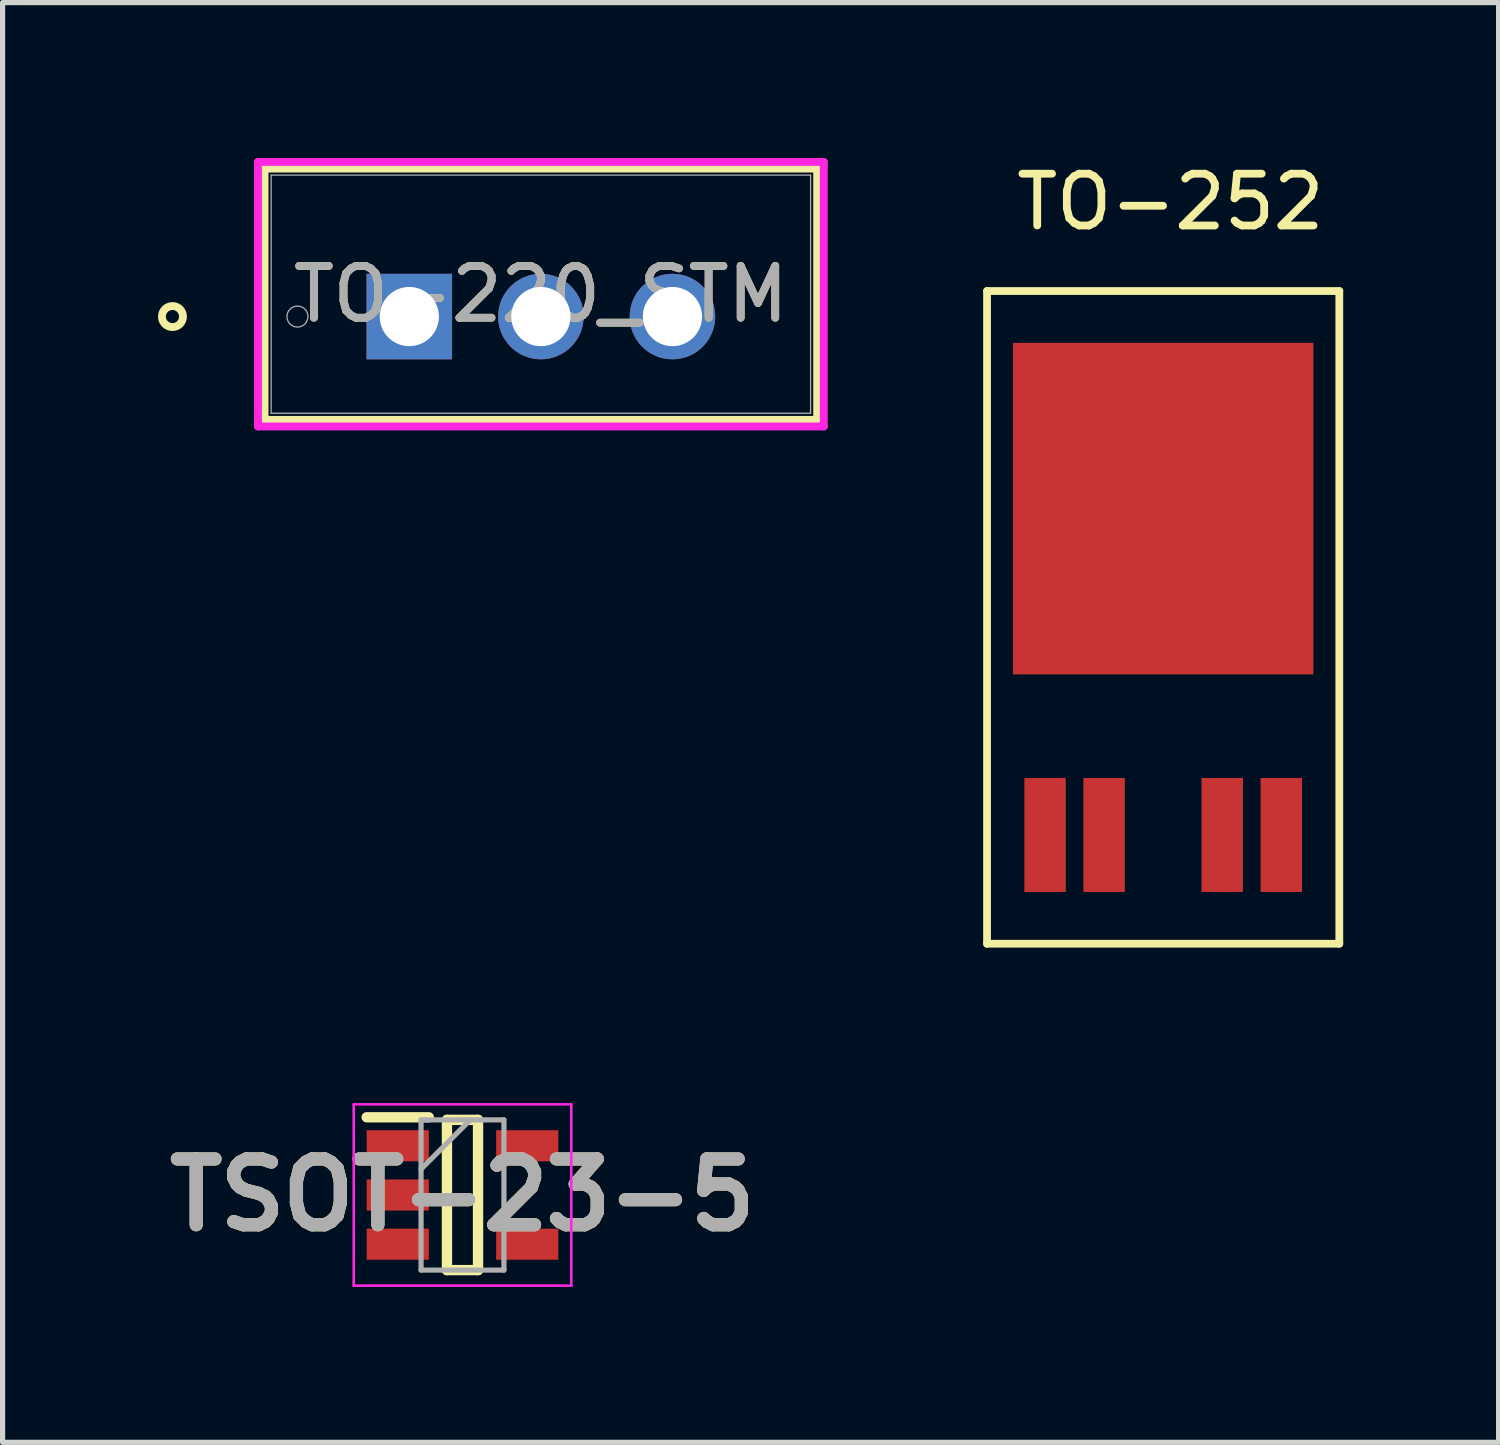
<source format=kicad_pcb>
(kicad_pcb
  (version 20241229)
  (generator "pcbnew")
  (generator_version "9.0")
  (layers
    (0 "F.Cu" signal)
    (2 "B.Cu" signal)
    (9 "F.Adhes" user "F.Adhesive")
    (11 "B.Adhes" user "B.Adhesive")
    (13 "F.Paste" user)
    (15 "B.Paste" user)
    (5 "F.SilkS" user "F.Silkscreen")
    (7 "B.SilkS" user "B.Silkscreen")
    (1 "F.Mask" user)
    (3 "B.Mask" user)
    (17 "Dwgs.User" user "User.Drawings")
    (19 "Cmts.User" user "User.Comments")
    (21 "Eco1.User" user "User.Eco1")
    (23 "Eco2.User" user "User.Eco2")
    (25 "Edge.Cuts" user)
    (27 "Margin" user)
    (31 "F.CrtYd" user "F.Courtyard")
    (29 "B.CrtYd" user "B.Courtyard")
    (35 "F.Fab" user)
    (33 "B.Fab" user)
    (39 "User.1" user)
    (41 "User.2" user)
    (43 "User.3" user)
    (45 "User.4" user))
  (footprint "TO-252"
    (layer "F.Cu")
    (at 19.404 9.968)
    (property "Reference" "TO-252" (at 0.14 -9.12 0) (layer "F.SilkS") (effects (font (size 1 1) (thickness 0.15))))
    (attr through_hole)
    (fp_line (start -3.4 -7.4) (end -3.4 5.2) (stroke (width 0.15) (type solid)) (layer "F.SilkS"))
    (fp_line (start -3.4 -7.4) (end 3.4 -7.4) (stroke (width 0.15) (type solid)) (layer "F.SilkS"))
    (fp_line (start -3.4 5.2) (end 3.4 5.2) (stroke (width 0.15) (type solid)) (layer "F.SilkS"))
    (fp_line (start 3.4 -7.4) (end 3.4 5.2) (stroke (width 0.15) (type solid)) (layer "F.SilkS"))
    (pad "1" smd rect (at -2.28 3.1) (size 0.8 2.2) (layers "F.Cu" "F.Mask" "F.Paste"))
    (pad "2" smd rect (at -1.14 3.1) (size 0.8 2.2) (layers "F.Cu" "F.Mask" "F.Paste"))
    (pad "3" smd rect (at 0 -3.2) (size 5.8 6.4) (layers "F.Cu" "F.Mask" "F.Paste"))
    (pad "4" smd rect (at 1.14 3.1) (size 0.8 2.2) (layers "F.Cu" "F.Mask" "F.Paste"))
    (pad "5" smd rect (at 2.28 3.1) (size 0.8 2.2) (layers "F.Cu" "F.Mask" "F.Paste")))
  (footprint "TSOT-23-5"
    (layer "F.Cu")
    (at 5.878 20.018)
    (property "Reference" "TSOT-23-5" (at 0 0 0) (layer "F.SilkS") (effects (font (size 1.27 1.27) (thickness 0.254))))
    (attr smd)
    (fp_line (start -1.85 -1.5) (end -0.65 -1.5) (stroke (width 0.2) (type solid)) (layer "F.SilkS"))
    (fp_line (start -0.3 -1.45) (end 0.3 -1.45) (stroke (width 0.2) (type solid)) (layer "F.SilkS"))
    (fp_line (start -0.3 1.45) (end -0.3 -1.45) (stroke (width 0.2) (type solid)) (layer "F.SilkS"))
    (fp_line (start 0.3 -1.45) (end 0.3 1.45) (stroke (width 0.2) (type solid)) (layer "F.SilkS"))
    (fp_line (start 0.3 1.45) (end -0.3 1.45) (stroke (width 0.2) (type solid)) (layer "F.SilkS"))
    (fp_line (start -2.1 -1.75) (end 2.1 -1.75) (stroke (width 0.05) (type solid)) (layer "F.CrtYd"))
    (fp_line (start -2.1 1.75) (end -2.1 -1.75) (stroke (width 0.05) (type solid)) (layer "F.CrtYd"))
    (fp_line (start 2.1 -1.75) (end 2.1 1.75) (stroke (width 0.05) (type solid)) (layer "F.CrtYd"))
    (fp_line (start 2.1 1.75) (end -2.1 1.75) (stroke (width 0.05) (type solid)) (layer "F.CrtYd"))
    (fp_line (start -0.8 -1.45) (end 0.8 -1.45) (stroke (width 0.1) (type solid)) (layer "F.Fab"))
    (fp_line (start -0.8 -0.5) (end 0.15 -1.45) (stroke (width 0.1) (type solid)) (layer "F.Fab"))
    (fp_line (start -0.8 1.45) (end -0.8 -1.45) (stroke (width 0.1) (type solid)) (layer "F.Fab"))
    (fp_line (start 0.8 -1.45) (end 0.8 1.45) (stroke (width 0.1) (type solid)) (layer "F.Fab"))
    (fp_line (start 0.8 1.45) (end -0.8 1.45) (stroke (width 0.1) (type solid)) (layer "F.Fab"))
    (fp_text user "${REFERENCE}" (at 0 0 0) (layer "F.Fab") (effects (font (size 1.27 1.27) (thickness 0.254))))
    (pad "1" smd rect (at -1.25 -0.95 90) (size 0.6 1.2) (layers "F.Cu" "F.Mask" "F.Paste"))
    (pad "2" smd rect (at -1.25 0 90) (size 0.6 1.2) (layers "F.Cu" "F.Mask" "F.Paste"))
    (pad "3" smd rect (at -1.25 0.95 90) (size 0.6 1.2) (layers "F.Cu" "F.Mask" "F.Paste"))
    (pad "4" smd rect (at 1.25 0.95 90) (size 0.6 1.2) (layers "F.Cu" "F.Mask" "F.Paste"))
    (pad "5" smd rect (at 1.25 -0.95 90) (size 0.6 1.2) (layers "F.Cu" "F.Mask" "F.Paste")))
  (footprint "TO-220_STM"
    (layer "F.Cu")
    (at 4.851 3.061)
    (property "Reference" "TO-220_STM" (at 2.54 -0.432 0) (unlocked yes) (layer "F.SilkS") (effects (font (size 1 1) (thickness 0.15))))
    (attr through_hole)
    (fp_line (start -2.794 -2.857) (end -2.794 1.994) (stroke (width 0.152) (type solid)) (layer "F.SilkS"))
    (fp_line (start -2.794 1.994) (end 7.874 1.994) (stroke (width 0.152) (type solid)) (layer "F.SilkS"))
    (fp_line (start 7.874 -2.857) (end -2.794 -2.857) (stroke (width 0.152) (type solid)) (layer "F.SilkS"))
    (fp_line (start 7.874 1.994) (end 7.874 -2.857) (stroke (width 0.152) (type solid)) (layer "F.SilkS"))
    (fp_circle (center -4.572 0) (end -4.369 0) (stroke (width 0.152) (type solid)) (fill no) (layer "F.SilkS"))
    (fp_line (start -2.921 -2.985) (end 8.001 -2.985) (stroke (width 0.152) (type solid)) (layer "F.CrtYd"))
    (fp_line (start -2.921 2.121) (end -2.921 -2.985) (stroke (width 0.152) (type solid)) (layer "F.CrtYd"))
    (fp_line (start 8.001 -2.985) (end 8.001 2.121) (stroke (width 0.152) (type solid)) (layer "F.CrtYd"))
    (fp_line (start 8.001 2.121) (end -2.921 2.121) (stroke (width 0.152) (type solid)) (layer "F.CrtYd"))
    (fp_line (start -2.667 -2.731) (end -2.667 1.867) (stroke (width 0.025) (type solid)) (layer "F.Fab"))
    (fp_line (start -2.667 1.867) (end 7.747 1.867) (stroke (width 0.025) (type solid)) (layer "F.Fab"))
    (fp_line (start -0.254 0) (end 0.254 0) (stroke (width 0.152) (type solid)) (layer "F.Fab"))
    (fp_line (start 0 0.254) (end 0 -0.254) (stroke (width 0.152) (type solid)) (layer "F.Fab"))
    (fp_line (start 7.747 -2.731) (end -2.667 -2.731) (stroke (width 0.025) (type solid)) (layer "F.Fab"))
    (fp_line (start 7.747 1.867) (end 7.747 -2.731) (stroke (width 0.025) (type solid)) (layer "F.Fab"))
    (fp_circle (center -2.159 0) (end -1.956 0) (stroke (width 0.025) (type solid)) (fill no) (layer "F.Fab"))
    (fp_text user "${REFERENCE}" (at 2.54 -0.432 0) (unlocked yes) (layer "F.Fab") (effects (font (size 1 1) (thickness 0.15))))
    (pad "1" thru_hole rect (at 0 0) (size 1.651 1.651) (drill 1.143) (layers "*.Cu" "*.Mask"))
    (pad "2" thru_hole circle (at 2.54 0) (size 1.651 1.651) (drill 1.143) (layers "*.Cu" "*.Mask"))
    (pad "3" thru_hole circle (at 5.08 0) (size 1.651 1.651) (drill 1.143) (layers "*.Cu" "*.Mask")))
  (gr_rect
    (start -3 -3)
    (end 25.879 24.793)
    (stroke (width 0.1) (type default))
    (fill no)
    (layer "Edge.Cuts")))
</source>
